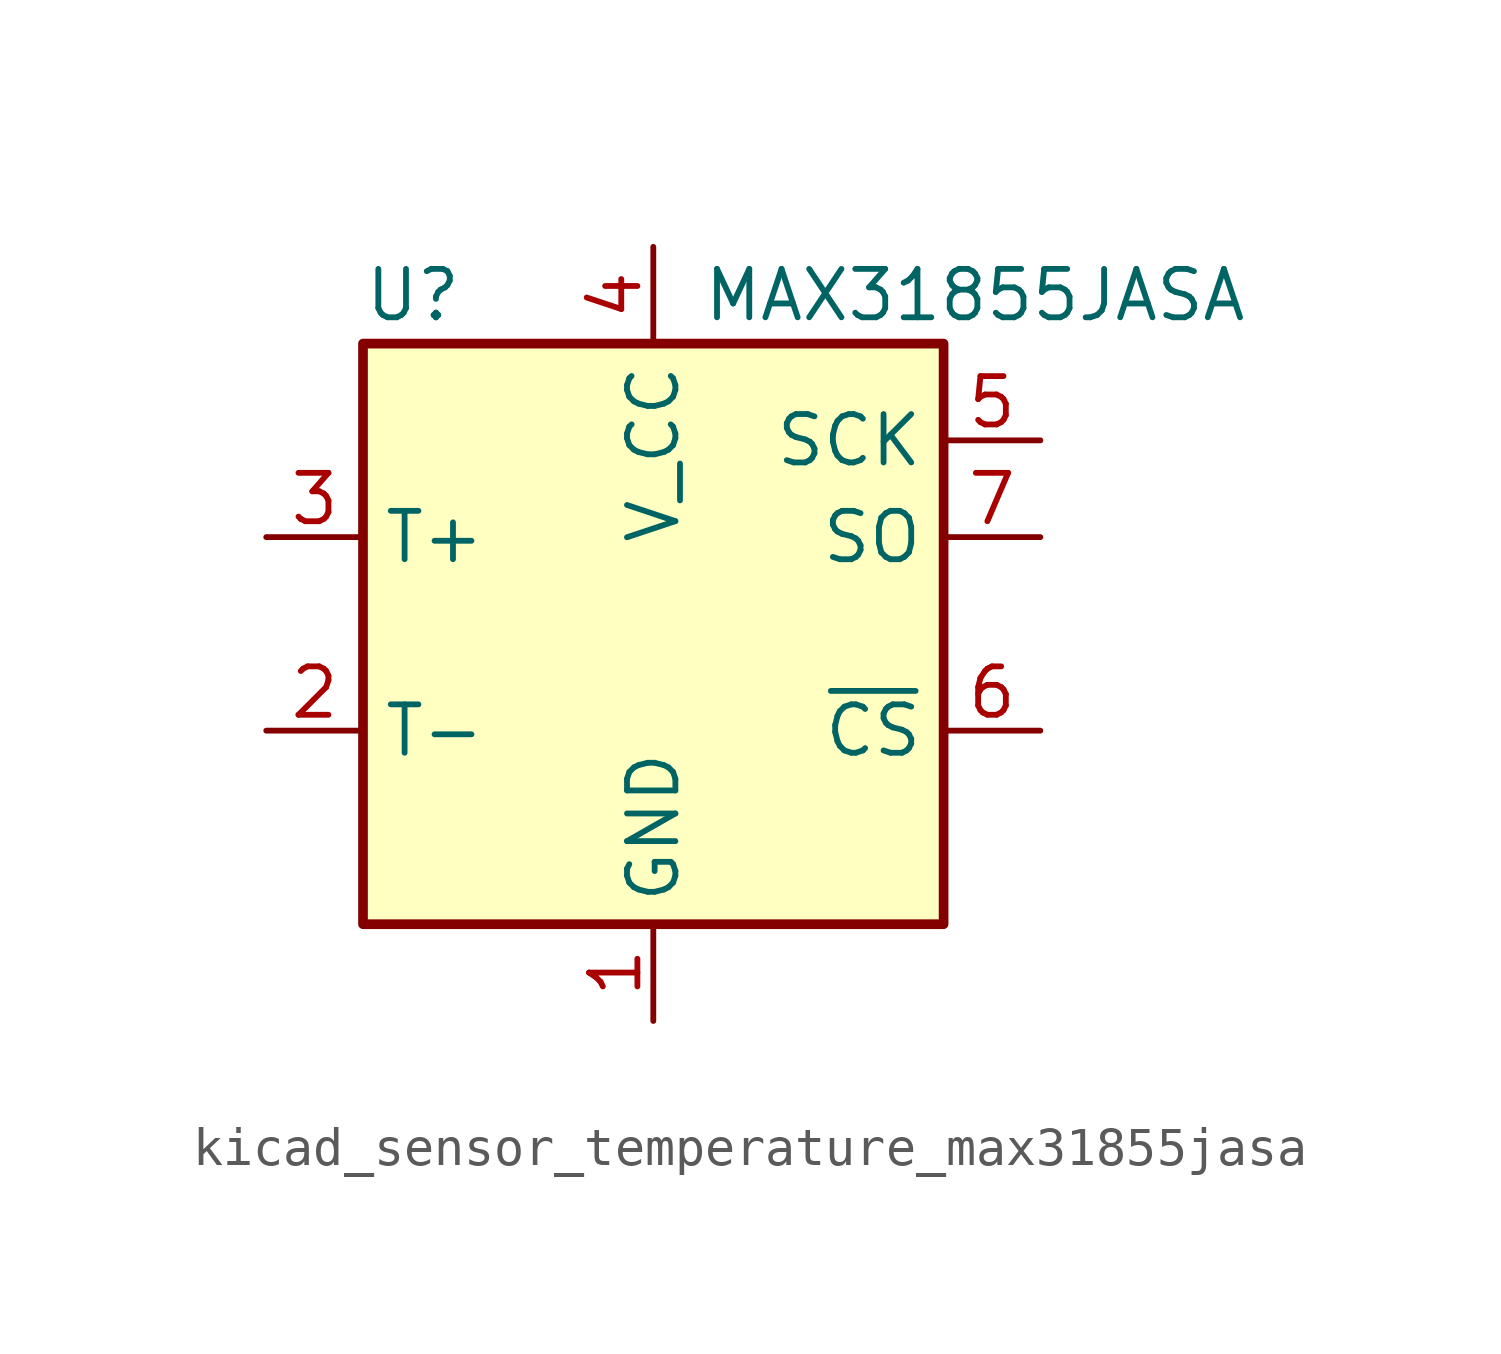
<source format=kicad_sym>
(kicad_symbol_lib
  (version 20220914)
  (generator kicad_symbol_editor)
  (symbol "kicad_sensor_temperature_max31855jasa"
    (property "Reference" "U"
      (at -7.62 8.89 0)
      (effects (font (size 1.27 1.27)) (justify left)))
    (property "Value" "MAX31855JASA"
      (at 1.27 8.89 0)
      (effects (font (size 1.27 1.27)) (justify left)))
    (symbol "kicad_sensor_temperature_max31855jasa_0_1"
      (rectangle (start -7.62 7.62) (end 7.62 -7.62) (stroke (width 0.254) (type default)) (fill (type background))))
    (symbol "kicad_sensor_temperature_max31855jasa_1_1"
      (pin power_in line (at 0 -10.16 90) (length 2.54) (name "GND" (effects (font (size 1.27 1.27)))) (number "1" (effects (font (size 1.27 1.27)))))
      (pin passive line (at -10.16 -2.54 0) (length 2.54) (name "T-" (effects (font (size 1.27 1.27)))) (number "2" (effects (font (size 1.27 1.27)))))
      (pin passive line (at -10.16 2.54 0) (length 2.54) (name "T+" (effects (font (size 1.27 1.27)))) (number "3" (effects (font (size 1.27 1.27)))))
      (pin power_in line (at 0 10.16 270) (length 2.54) (name "V_CC" (effects (font (size 1.27 1.27)))) (number "4" (effects (font (size 1.27 1.27)))))
      (pin input line (at 10.16 5.08 180) (length 2.54) (name "SCK" (effects (font (size 1.27 1.27)))) (number "5" (effects (font (size 1.27 1.27)))))
      (pin input line (at 10.16 -2.54 180) (length 2.54) (name "~{CS}" (effects (font (size 1.27 1.27)))) (number "6" (effects (font (size 1.27 1.27)))))
      (pin tri_state line (at 10.16 2.54 180) (length 2.54) (name "SO" (effects (font (size 1.27 1.27)))) (number "7" (effects (font (size 1.27 1.27))))))))
</source>
